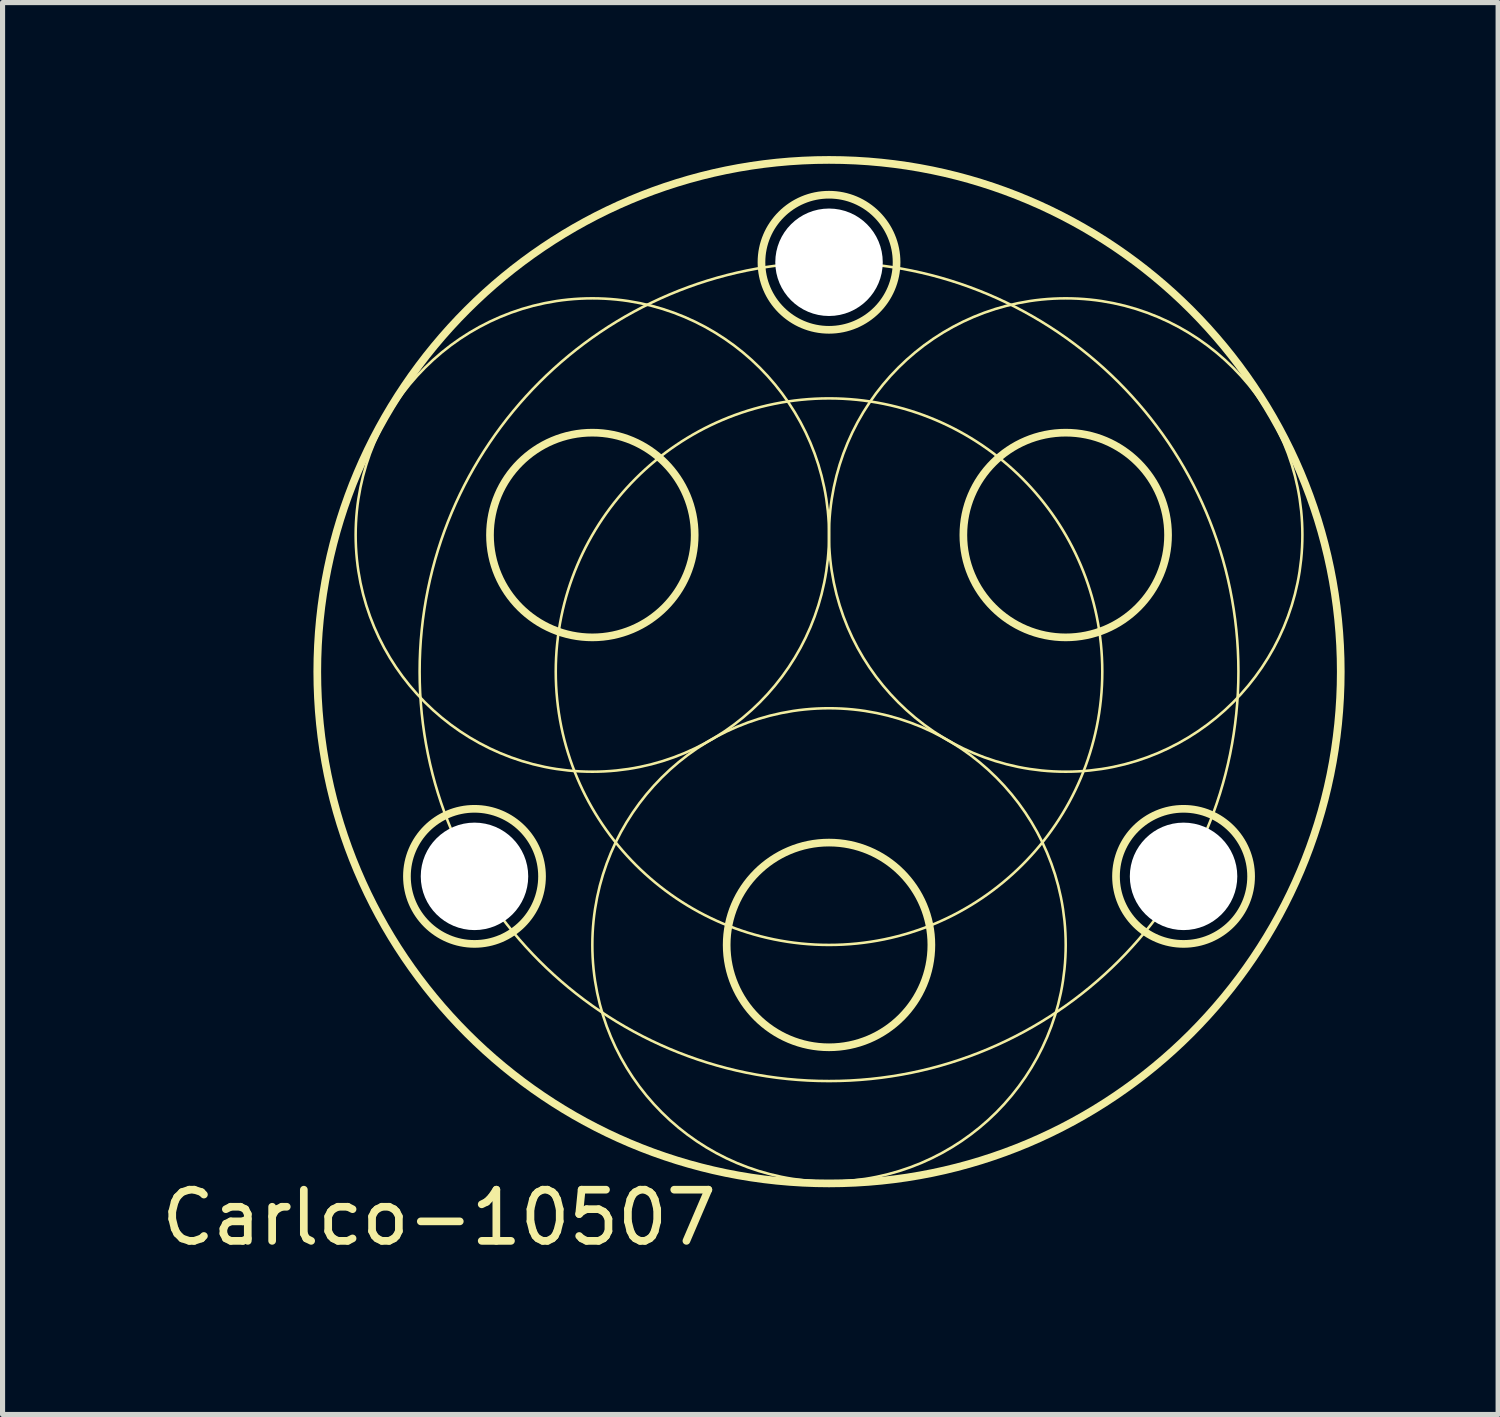
<source format=kicad_pcb>
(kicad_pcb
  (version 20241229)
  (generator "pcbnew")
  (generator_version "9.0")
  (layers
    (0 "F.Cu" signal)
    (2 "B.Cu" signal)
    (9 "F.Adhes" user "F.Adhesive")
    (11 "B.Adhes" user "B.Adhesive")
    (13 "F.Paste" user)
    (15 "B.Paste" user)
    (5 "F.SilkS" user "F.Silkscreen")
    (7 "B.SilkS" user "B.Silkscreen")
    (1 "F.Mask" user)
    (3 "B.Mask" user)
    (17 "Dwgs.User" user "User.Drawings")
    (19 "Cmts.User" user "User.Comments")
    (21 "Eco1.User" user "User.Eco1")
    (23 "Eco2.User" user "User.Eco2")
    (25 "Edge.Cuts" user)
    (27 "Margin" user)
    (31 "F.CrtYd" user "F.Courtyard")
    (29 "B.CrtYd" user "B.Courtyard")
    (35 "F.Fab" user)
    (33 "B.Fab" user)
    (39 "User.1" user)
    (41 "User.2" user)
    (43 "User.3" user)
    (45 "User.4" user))
  (footprint "Carlco-10507"
    (layer "F.Cu")
    (at 13.15 10.075)
    (property "Reference" "Carlco-10507" (at -7.62 10.668 0) (layer "F.SilkS") (effects (font (size 1 1) (thickness 0.15))))
    (attr through_hole)
    (fp_circle (center -6.928 4) (end -5.608 4) (stroke (width 0.15) (type solid)) (fill no) (layer "F.SilkS"))
    (fp_circle (center -4.625 -2.67) (end -2.625 -2.67) (stroke (width 0.15) (type solid)) (fill no) (layer "F.SilkS"))
    (fp_circle (center -4.625 -2.67) (end 0 -2.67) (stroke (width 0.05) (type solid)) (fill no) (layer "F.SilkS"))
    (fp_circle (center 0 -8) (end 1.32 -8) (stroke (width 0.15) (type solid)) (fill no) (layer "F.SilkS"))
    (fp_circle (center 0 0) (end 5.34 0) (stroke (width 0.05) (type solid)) (fill no) (layer "F.SilkS"))
    (fp_circle (center 0 0) (end 8 0) (stroke (width 0.05) (type solid)) (fill no) (layer "F.SilkS"))
    (fp_circle (center 0 0) (end 10 0) (stroke (width 0.15) (type solid)) (fill no) (layer "F.SilkS"))
    (fp_circle (center 0 5.34) (end 2 5.34) (stroke (width 0.15) (type solid)) (fill no) (layer "F.SilkS"))
    (fp_circle (center 0 5.34) (end 4.625 5.34) (stroke (width 0.05) (type solid)) (fill no) (layer "F.SilkS"))
    (fp_circle (center 4.625 -2.67) (end 6.625 -2.67) (stroke (width 0.15) (type solid)) (fill no) (layer "F.SilkS"))
    (fp_circle (center 4.625 -2.67) (end 9.25 -2.67) (stroke (width 0.05) (type solid)) (fill no) (layer "F.SilkS"))
    (fp_circle (center 6.928 4) (end 8.248 4) (stroke (width 0.15) (type solid)) (fill no) (layer "F.SilkS"))
    (pad "" np_thru_hole circle (at -6.928 4) (size 2.1 2.1) (drill 2.1) (layers "*.Cu"))
    (pad "" np_thru_hole circle (at 0 -8) (size 2.1 2.1) (drill 2.1) (layers "*.Cu"))
    (pad "" np_thru_hole circle (at 6.928 4) (size 2.1 2.1) (drill 2.1) (layers "*.Cu")))
  (gr_rect
    (start -3 -3)
    (end 26.225 24.591)
    (stroke (width 0.1) (type default))
    (fill no)
    (layer "Edge.Cuts")))
</source>
